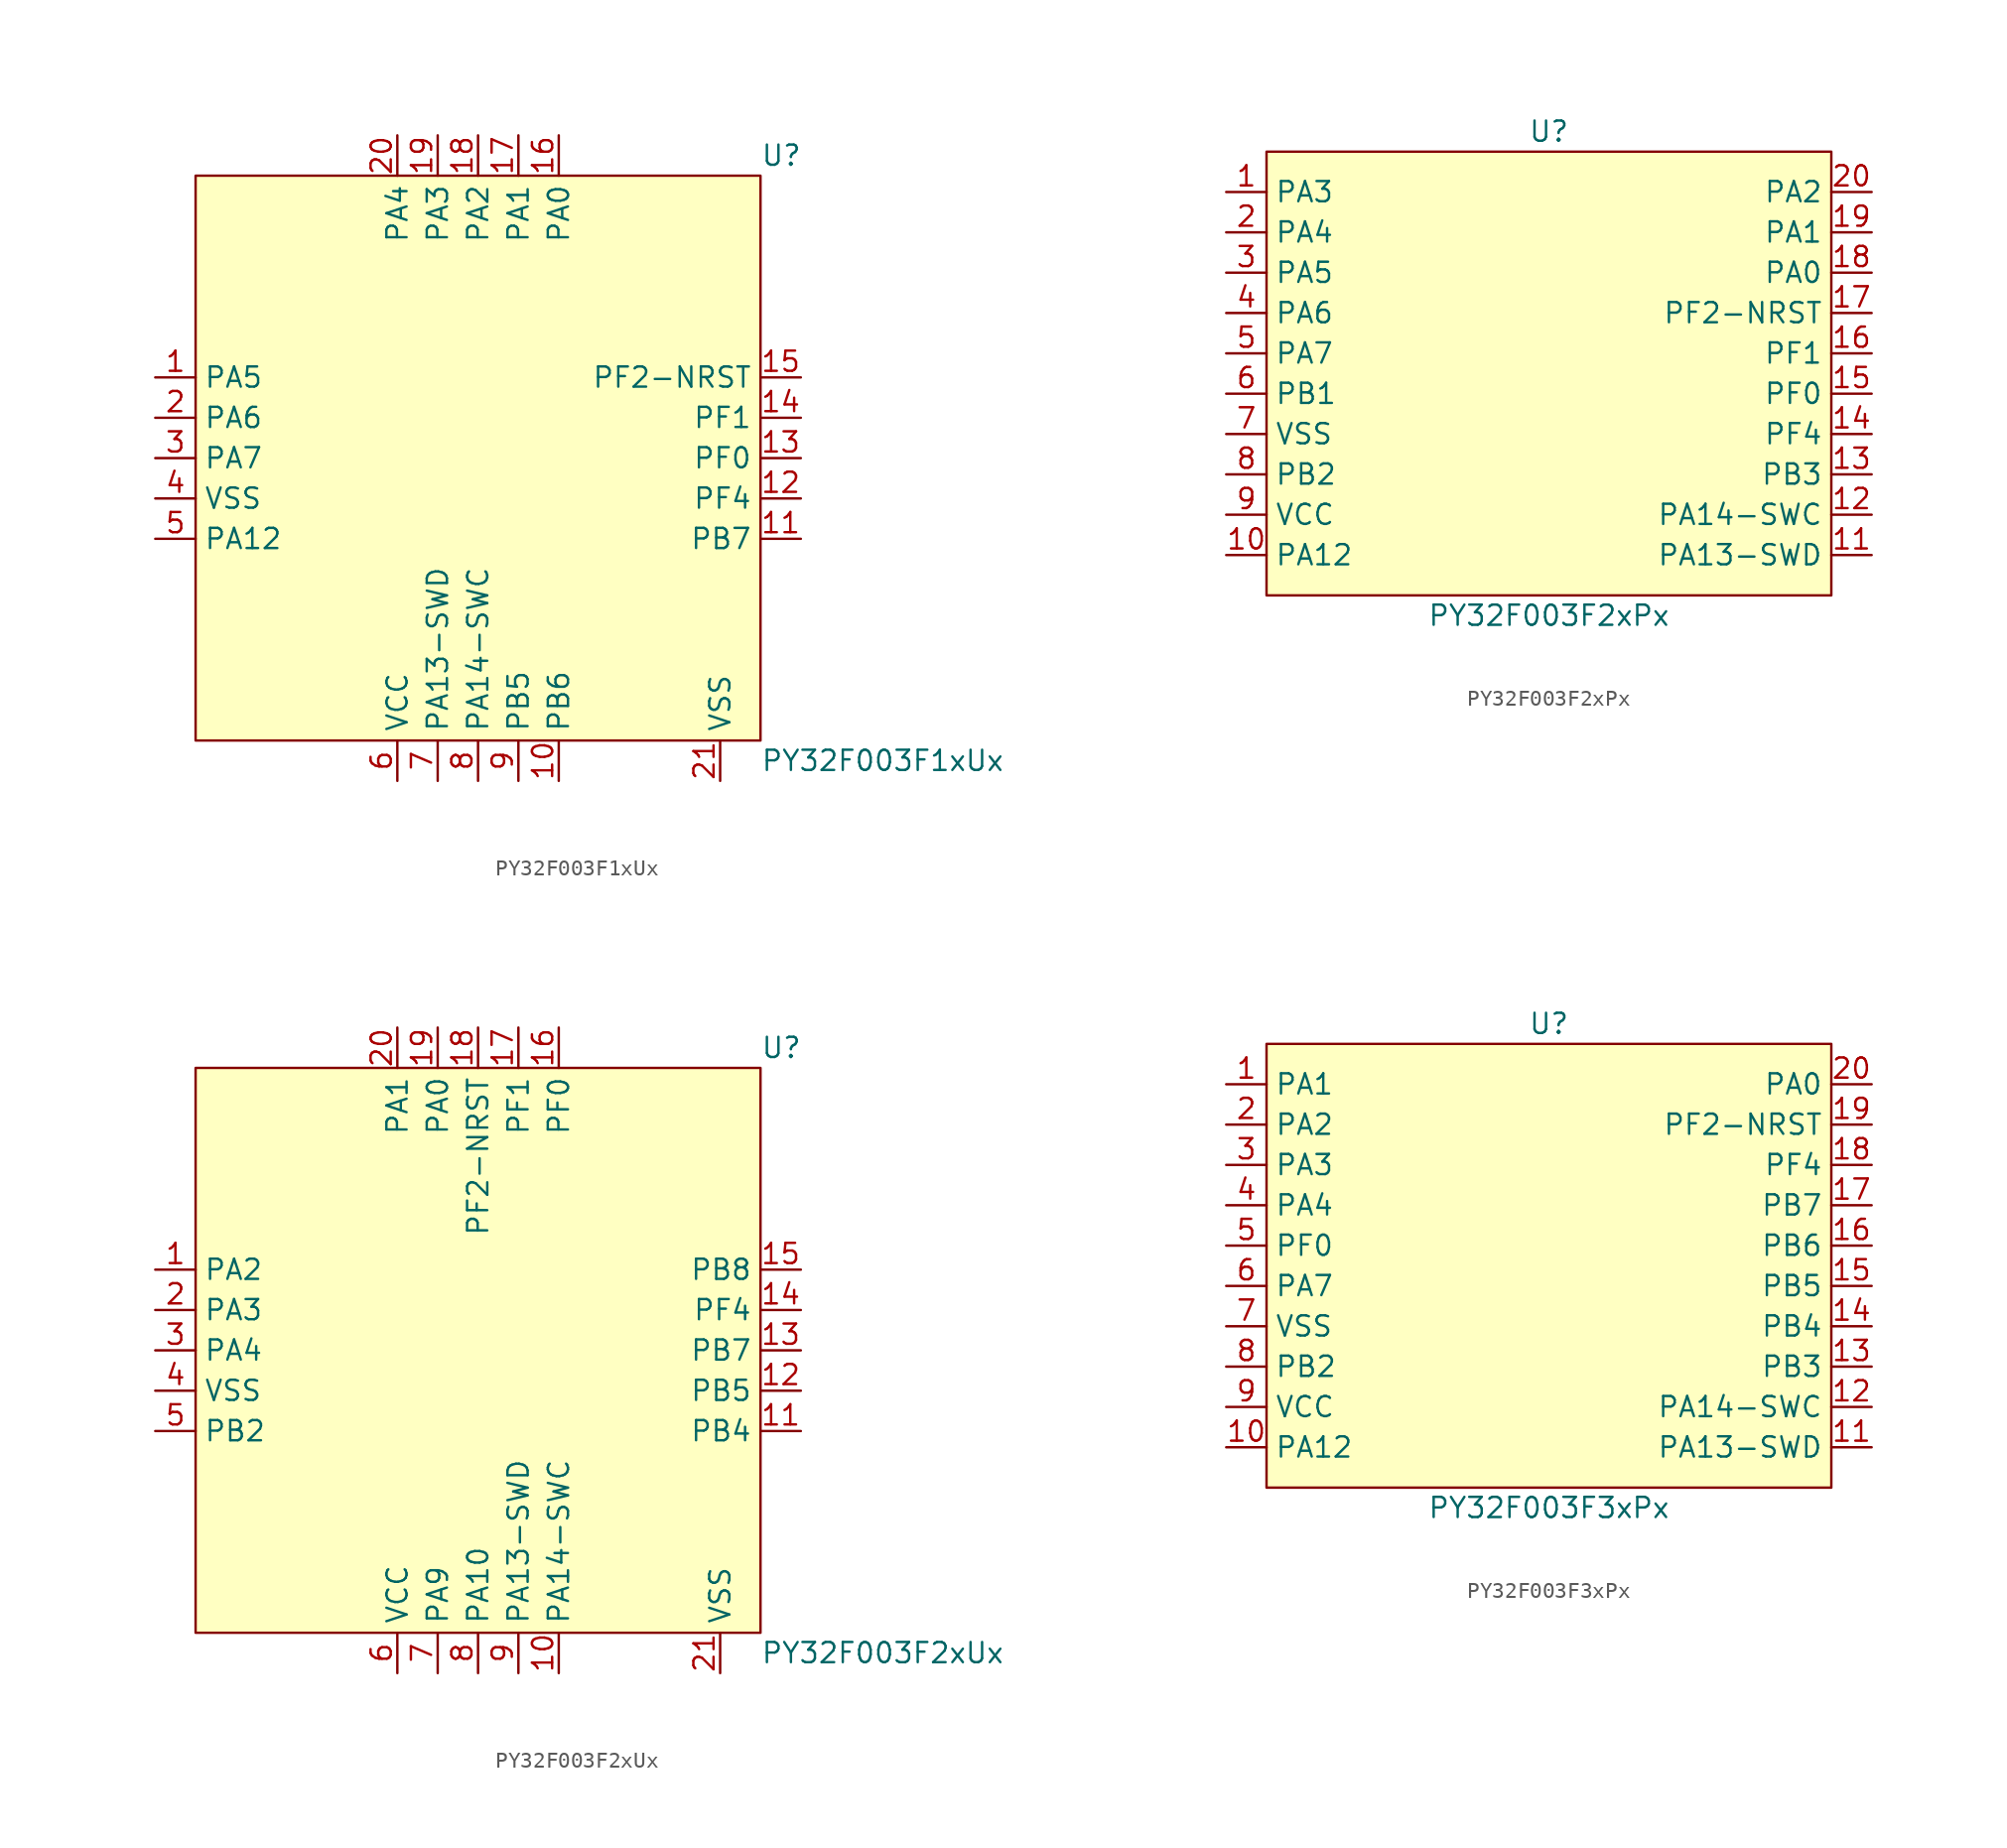
<source format=kicad_sym>
(kicad_symbol_lib
  (version 20241209)
  (generator "kicad_symbol_editor")
  (generator_version "9.0")
  (symbol "PY32F003F1xUx"
    (property "Reference" "U"
      (at 17.78 19.05 0)
      (effects (font (size 1.27 1.27)) (justify left)))
    (property "Value" "PY32F003F1xUx"
      (at 17.78 -19.05 0)
      (effects (font (size 1.27 1.27)) (justify left)))
    (symbol "PY32F003F1xUx_0_0"
      (pin unspecified line (at -20.32 5.08 0) (length 2.54) (name "PA5" (effects (font (size 1.27 1.27)))) (number "1" (effects (font (size 1.27 1.27)))))
      (pin unspecified line (at -20.32 2.54 0) (length 2.54) (name "PA6" (effects (font (size 1.27 1.27)))) (number "2" (effects (font (size 1.27 1.27)))))
      (pin unspecified line (at -20.32 0 0) (length 2.54) (name "PA7" (effects (font (size 1.27 1.27)))) (number "3" (effects (font (size 1.27 1.27)))))
      (pin unspecified line (at -20.32 -2.54 0) (length 2.54) (name "VSS" (effects (font (size 1.27 1.27)))) (number "4" (effects (font (size 1.27 1.27)))))
      (pin unspecified line (at -20.32 -5.08 0) (length 2.54) (name "PA12" (effects (font (size 1.27 1.27)))) (number "5" (effects (font (size 1.27 1.27)))))
      (pin unspecified line (at -5.08 20.32 270) (length 2.54) (name "PA4" (effects (font (size 1.27 1.27)))) (number "20" (effects (font (size 1.27 1.27)))))
      (pin unspecified line (at -5.08 -20.32 90) (length 2.54) (name "VCC" (effects (font (size 1.27 1.27)))) (number "6" (effects (font (size 1.27 1.27)))))
      (pin unspecified line (at -2.54 20.32 270) (length 2.54) (name "PA3" (effects (font (size 1.27 1.27)))) (number "19" (effects (font (size 1.27 1.27)))))
      (pin unspecified line (at -2.54 -20.32 90) (length 2.54) (name "PA13-SWD" (effects (font (size 1.27 1.27)))) (number "7" (effects (font (size 1.27 1.27)))))
      (pin unspecified line (at 0 20.32 270) (length 2.54) (name "PA2" (effects (font (size 1.27 1.27)))) (number "18" (effects (font (size 1.27 1.27)))))
      (pin unspecified line (at 0 -20.32 90) (length 2.54) (name "PA14-SWC" (effects (font (size 1.27 1.27)))) (number "8" (effects (font (size 1.27 1.27)))))
      (pin unspecified line (at 2.54 20.32 270) (length 2.54) (name "PA1" (effects (font (size 1.27 1.27)))) (number "17" (effects (font (size 1.27 1.27)))))
      (pin unspecified line (at 2.54 -20.32 90) (length 2.54) (name "PB5" (effects (font (size 1.27 1.27)))) (number "9" (effects (font (size 1.27 1.27)))))
      (pin unspecified line (at 5.08 20.32 270) (length 2.54) (name "PA0" (effects (font (size 1.27 1.27)))) (number "16" (effects (font (size 1.27 1.27)))))
      (pin unspecified line (at 5.08 -20.32 90) (length 2.54) (name "PB6" (effects (font (size 1.27 1.27)))) (number "10" (effects (font (size 1.27 1.27)))))
      (pin unspecified line (at 20.32 5.08 180) (length 2.54) (name "PF2-NRST" (effects (font (size 1.27 1.27)))) (number "15" (effects (font (size 1.27 1.27)))))
      (pin unspecified line (at 20.32 2.54 180) (length 2.54) (name "PF1" (effects (font (size 1.27 1.27)))) (number "14" (effects (font (size 1.27 1.27)))))
      (pin unspecified line (at 20.32 0 180) (length 2.54) (name "PF0" (effects (font (size 1.27 1.27)))) (number "13" (effects (font (size 1.27 1.27)))))
      (pin unspecified line (at 20.32 -2.54 180) (length 2.54) (name "PF4" (effects (font (size 1.27 1.27)))) (number "12" (effects (font (size 1.27 1.27)))))
      (pin unspecified line (at 20.32 -5.08 180) (length 2.54) (name "PB7" (effects (font (size 1.27 1.27)))) (number "11" (effects (font (size 1.27 1.27))))))
    (symbol "PY32F003F1xUx_1_0"
      (pin unspecified line (at 15.24 -20.32 90) (length 2.54) (name "VSS" (effects (font (size 1.27 1.27)))) (number "21" (effects (font (size 1.27 1.27))))))
    (symbol "PY32F003F1xUx_1_1"
      (rectangle (start -17.78 17.78) (end 17.78 -17.78) (stroke (width 0) (type solid)) (fill (type background)))))
  (symbol "PY32F003F2xPx"
    (property "Reference" "U"
      (at 0 15.24 0)
      (effects (font (size 1.27 1.27))))
    (property "Value" "PY32F003F2xPx"
      (at 0 -15.24 0)
      (effects (font (size 1.27 1.27))))
    (symbol "PY32F003F2xPx_0_0"
      (pin unspecified line (at -20.32 11.43 0) (length 2.54) (name "PA3" (effects (font (size 1.27 1.27)))) (number "1" (effects (font (size 1.27 1.27)))))
      (pin unspecified line (at -20.32 8.89 0) (length 2.54) (name "PA4" (effects (font (size 1.27 1.27)))) (number "2" (effects (font (size 1.27 1.27)))))
      (pin unspecified line (at -20.32 6.35 0) (length 2.54) (name "PA5" (effects (font (size 1.27 1.27)))) (number "3" (effects (font (size 1.27 1.27)))))
      (pin unspecified line (at -20.32 3.81 0) (length 2.54) (name "PA6" (effects (font (size 1.27 1.27)))) (number "4" (effects (font (size 1.27 1.27)))))
      (pin unspecified line (at -20.32 1.27 0) (length 2.54) (name "PA7" (effects (font (size 1.27 1.27)))) (number "5" (effects (font (size 1.27 1.27)))))
      (pin unspecified line (at -20.32 -1.27 0) (length 2.54) (name "PB1" (effects (font (size 1.27 1.27)))) (number "6" (effects (font (size 1.27 1.27)))))
      (pin unspecified line (at -20.32 -3.81 0) (length 2.54) (name "VSS" (effects (font (size 1.27 1.27)))) (number "7" (effects (font (size 1.27 1.27)))))
      (pin unspecified line (at -20.32 -6.35 0) (length 2.54) (name "PB2" (effects (font (size 1.27 1.27)))) (number "8" (effects (font (size 1.27 1.27)))))
      (pin unspecified line (at -20.32 -8.89 0) (length 2.54) (name "VCC" (effects (font (size 1.27 1.27)))) (number "9" (effects (font (size 1.27 1.27)))))
      (pin unspecified line (at -20.32 -11.43 0) (length 2.54) (name "PA12" (effects (font (size 1.27 1.27)))) (number "10" (effects (font (size 1.27 1.27)))))
      (pin unspecified line (at 20.32 11.43 180) (length 2.54) (name "PA2" (effects (font (size 1.27 1.27)))) (number "20" (effects (font (size 1.27 1.27)))))
      (pin unspecified line (at 20.32 8.89 180) (length 2.54) (name "PA1" (effects (font (size 1.27 1.27)))) (number "19" (effects (font (size 1.27 1.27)))))
      (pin unspecified line (at 20.32 6.35 180) (length 2.54) (name "PA0" (effects (font (size 1.27 1.27)))) (number "18" (effects (font (size 1.27 1.27)))))
      (pin unspecified line (at 20.32 3.81 180) (length 2.54) (name "PF2-NRST" (effects (font (size 1.27 1.27)))) (number "17" (effects (font (size 1.27 1.27)))))
      (pin unspecified line (at 20.32 1.27 180) (length 2.54) (name "PF1" (effects (font (size 1.27 1.27)))) (number "16" (effects (font (size 1.27 1.27)))))
      (pin unspecified line (at 20.32 -1.27 180) (length 2.54) (name "PF0" (effects (font (size 1.27 1.27)))) (number "15" (effects (font (size 1.27 1.27)))))
      (pin unspecified line (at 20.32 -3.81 180) (length 2.54) (name "PF4" (effects (font (size 1.27 1.27)))) (number "14" (effects (font (size 1.27 1.27)))))
      (pin unspecified line (at 20.32 -6.35 180) (length 2.54) (name "PB3" (effects (font (size 1.27 1.27)))) (number "13" (effects (font (size 1.27 1.27)))))
      (pin unspecified line (at 20.32 -8.89 180) (length 2.54) (name "PA14-SWC" (effects (font (size 1.27 1.27)))) (number "12" (effects (font (size 1.27 1.27)))))
      (pin unspecified line (at 20.32 -11.43 180) (length 2.54) (name "PA13-SWD" (effects (font (size 1.27 1.27)))) (number "11" (effects (font (size 1.27 1.27))))))
    (symbol "PY32F003F2xPx_1_1"
      (rectangle (start -17.78 13.97) (end 17.78 -13.97) (stroke (width 0) (type solid)) (fill (type background)))))
  (symbol "PY32F003F2xUx"
    (property "Reference" "U"
      (at 17.78 19.05 0)
      (effects (font (size 1.27 1.27)) (justify left)))
    (property "Value" "PY32F003F2xUx"
      (at 17.78 -19.05 0)
      (effects (font (size 1.27 1.27)) (justify left)))
    (symbol "PY32F003F2xUx_0_0"
      (pin unspecified line (at -20.32 5.08 0) (length 2.54) (name "PA2" (effects (font (size 1.27 1.27)))) (number "1" (effects (font (size 1.27 1.27)))))
      (pin unspecified line (at -20.32 2.54 0) (length 2.54) (name "PA3" (effects (font (size 1.27 1.27)))) (number "2" (effects (font (size 1.27 1.27)))))
      (pin unspecified line (at -20.32 0 0) (length 2.54) (name "PA4" (effects (font (size 1.27 1.27)))) (number "3" (effects (font (size 1.27 1.27)))))
      (pin unspecified line (at -20.32 -2.54 0) (length 2.54) (name "VSS" (effects (font (size 1.27 1.27)))) (number "4" (effects (font (size 1.27 1.27)))))
      (pin unspecified line (at -20.32 -5.08 0) (length 2.54) (name "PB2" (effects (font (size 1.27 1.27)))) (number "5" (effects (font (size 1.27 1.27)))))
      (pin unspecified line (at -5.08 20.32 270) (length 2.54) (name "PA1" (effects (font (size 1.27 1.27)))) (number "20" (effects (font (size 1.27 1.27)))))
      (pin unspecified line (at -5.08 -20.32 90) (length 2.54) (name "VCC" (effects (font (size 1.27 1.27)))) (number "6" (effects (font (size 1.27 1.27)))))
      (pin unspecified line (at -2.54 20.32 270) (length 2.54) (name "PA0" (effects (font (size 1.27 1.27)))) (number "19" (effects (font (size 1.27 1.27)))))
      (pin unspecified line (at -2.54 -20.32 90) (length 2.54) (name "PA9" (effects (font (size 1.27 1.27)))) (number "7" (effects (font (size 1.27 1.27)))))
      (pin unspecified line (at 0 20.32 270) (length 2.54) (name "PF2-NRST" (effects (font (size 1.27 1.27)))) (number "18" (effects (font (size 1.27 1.27)))))
      (pin unspecified line (at 0 -20.32 90) (length 2.54) (name "PA10" (effects (font (size 1.27 1.27)))) (number "8" (effects (font (size 1.27 1.27)))))
      (pin unspecified line (at 2.54 20.32 270) (length 2.54) (name "PF1" (effects (font (size 1.27 1.27)))) (number "17" (effects (font (size 1.27 1.27)))))
      (pin unspecified line (at 2.54 -20.32 90) (length 2.54) (name "PA13-SWD" (effects (font (size 1.27 1.27)))) (number "9" (effects (font (size 1.27 1.27)))))
      (pin unspecified line (at 5.08 20.32 270) (length 2.54) (name "PF0" (effects (font (size 1.27 1.27)))) (number "16" (effects (font (size 1.27 1.27)))))
      (pin unspecified line (at 5.08 -20.32 90) (length 2.54) (name "PA14-SWC" (effects (font (size 1.27 1.27)))) (number "10" (effects (font (size 1.27 1.27)))))
      (pin unspecified line (at 20.32 5.08 180) (length 2.54) (name "PB8" (effects (font (size 1.27 1.27)))) (number "15" (effects (font (size 1.27 1.27)))))
      (pin unspecified line (at 20.32 2.54 180) (length 2.54) (name "PF4" (effects (font (size 1.27 1.27)))) (number "14" (effects (font (size 1.27 1.27)))))
      (pin unspecified line (at 20.32 0 180) (length 2.54) (name "PB7" (effects (font (size 1.27 1.27)))) (number "13" (effects (font (size 1.27 1.27)))))
      (pin unspecified line (at 20.32 -2.54 180) (length 2.54) (name "PB5" (effects (font (size 1.27 1.27)))) (number "12" (effects (font (size 1.27 1.27)))))
      (pin unspecified line (at 20.32 -5.08 180) (length 2.54) (name "PB4" (effects (font (size 1.27 1.27)))) (number "11" (effects (font (size 1.27 1.27))))))
    (symbol "PY32F003F2xUx_1_0"
      (pin unspecified line (at 15.24 -20.32 90) (length 2.54) (name "VSS" (effects (font (size 1.27 1.27)))) (number "21" (effects (font (size 1.27 1.27))))))
    (symbol "PY32F003F2xUx_1_1"
      (rectangle (start -17.78 17.78) (end 17.78 -17.78) (stroke (width 0) (type solid)) (fill (type background)))))
  (symbol "PY32F003F3xPx"
    (property "Reference" "U"
      (at 0 15.24 0)
      (effects (font (size 1.27 1.27))))
    (property "Value" "PY32F003F3xPx"
      (at 0 -15.24 0)
      (effects (font (size 1.27 1.27))))
    (symbol "PY32F003F3xPx_0_0"
      (pin unspecified line (at -20.32 11.43 0) (length 2.54) (name "PA1" (effects (font (size 1.27 1.27)))) (number "1" (effects (font (size 1.27 1.27)))))
      (pin unspecified line (at -20.32 8.89 0) (length 2.54) (name "PA2" (effects (font (size 1.27 1.27)))) (number "2" (effects (font (size 1.27 1.27)))))
      (pin unspecified line (at -20.32 6.35 0) (length 2.54) (name "PA3" (effects (font (size 1.27 1.27)))) (number "3" (effects (font (size 1.27 1.27)))))
      (pin unspecified line (at -20.32 3.81 0) (length 2.54) (name "PA4" (effects (font (size 1.27 1.27)))) (number "4" (effects (font (size 1.27 1.27)))))
      (pin unspecified line (at -20.32 1.27 0) (length 2.54) (name "PF0" (effects (font (size 1.27 1.27)))) (number "5" (effects (font (size 1.27 1.27)))))
      (pin unspecified line (at -20.32 -1.27 0) (length 2.54) (name "PA7" (effects (font (size 1.27 1.27)))) (number "6" (effects (font (size 1.27 1.27)))))
      (pin unspecified line (at -20.32 -3.81 0) (length 2.54) (name "VSS" (effects (font (size 1.27 1.27)))) (number "7" (effects (font (size 1.27 1.27)))))
      (pin unspecified line (at -20.32 -6.35 0) (length 2.54) (name "PB2" (effects (font (size 1.27 1.27)))) (number "8" (effects (font (size 1.27 1.27)))))
      (pin unspecified line (at -20.32 -8.89 0) (length 2.54) (name "VCC" (effects (font (size 1.27 1.27)))) (number "9" (effects (font (size 1.27 1.27)))))
      (pin unspecified line (at -20.32 -11.43 0) (length 2.54) (name "PA12" (effects (font (size 1.27 1.27)))) (number "10" (effects (font (size 1.27 1.27)))))
      (pin unspecified line (at 20.32 11.43 180) (length 2.54) (name "PA0" (effects (font (size 1.27 1.27)))) (number "20" (effects (font (size 1.27 1.27)))))
      (pin unspecified line (at 20.32 8.89 180) (length 2.54) (name "PF2-NRST" (effects (font (size 1.27 1.27)))) (number "19" (effects (font (size 1.27 1.27)))))
      (pin unspecified line (at 20.32 6.35 180) (length 2.54) (name "PF4" (effects (font (size 1.27 1.27)))) (number "18" (effects (font (size 1.27 1.27)))))
      (pin unspecified line (at 20.32 3.81 180) (length 2.54) (name "PB7" (effects (font (size 1.27 1.27)))) (number "17" (effects (font (size 1.27 1.27)))))
      (pin unspecified line (at 20.32 1.27 180) (length 2.54) (name "PB6" (effects (font (size 1.27 1.27)))) (number "16" (effects (font (size 1.27 1.27)))))
      (pin unspecified line (at 20.32 -1.27 180) (length 2.54) (name "PB5" (effects (font (size 1.27 1.27)))) (number "15" (effects (font (size 1.27 1.27)))))
      (pin unspecified line (at 20.32 -3.81 180) (length 2.54) (name "PB4" (effects (font (size 1.27 1.27)))) (number "14" (effects (font (size 1.27 1.27)))))
      (pin unspecified line (at 20.32 -6.35 180) (length 2.54) (name "PB3" (effects (font (size 1.27 1.27)))) (number "13" (effects (font (size 1.27 1.27)))))
      (pin unspecified line (at 20.32 -8.89 180) (length 2.54) (name "PA14-SWC" (effects (font (size 1.27 1.27)))) (number "12" (effects (font (size 1.27 1.27)))))
      (pin unspecified line (at 20.32 -11.43 180) (length 2.54) (name "PA13-SWD" (effects (font (size 1.27 1.27)))) (number "11" (effects (font (size 1.27 1.27))))))
    (symbol "PY32F003F3xPx_1_1"
      (rectangle (start -17.78 13.97) (end 17.78 -13.97) (stroke (width 0) (type solid)) (fill (type background))))))
</source>
